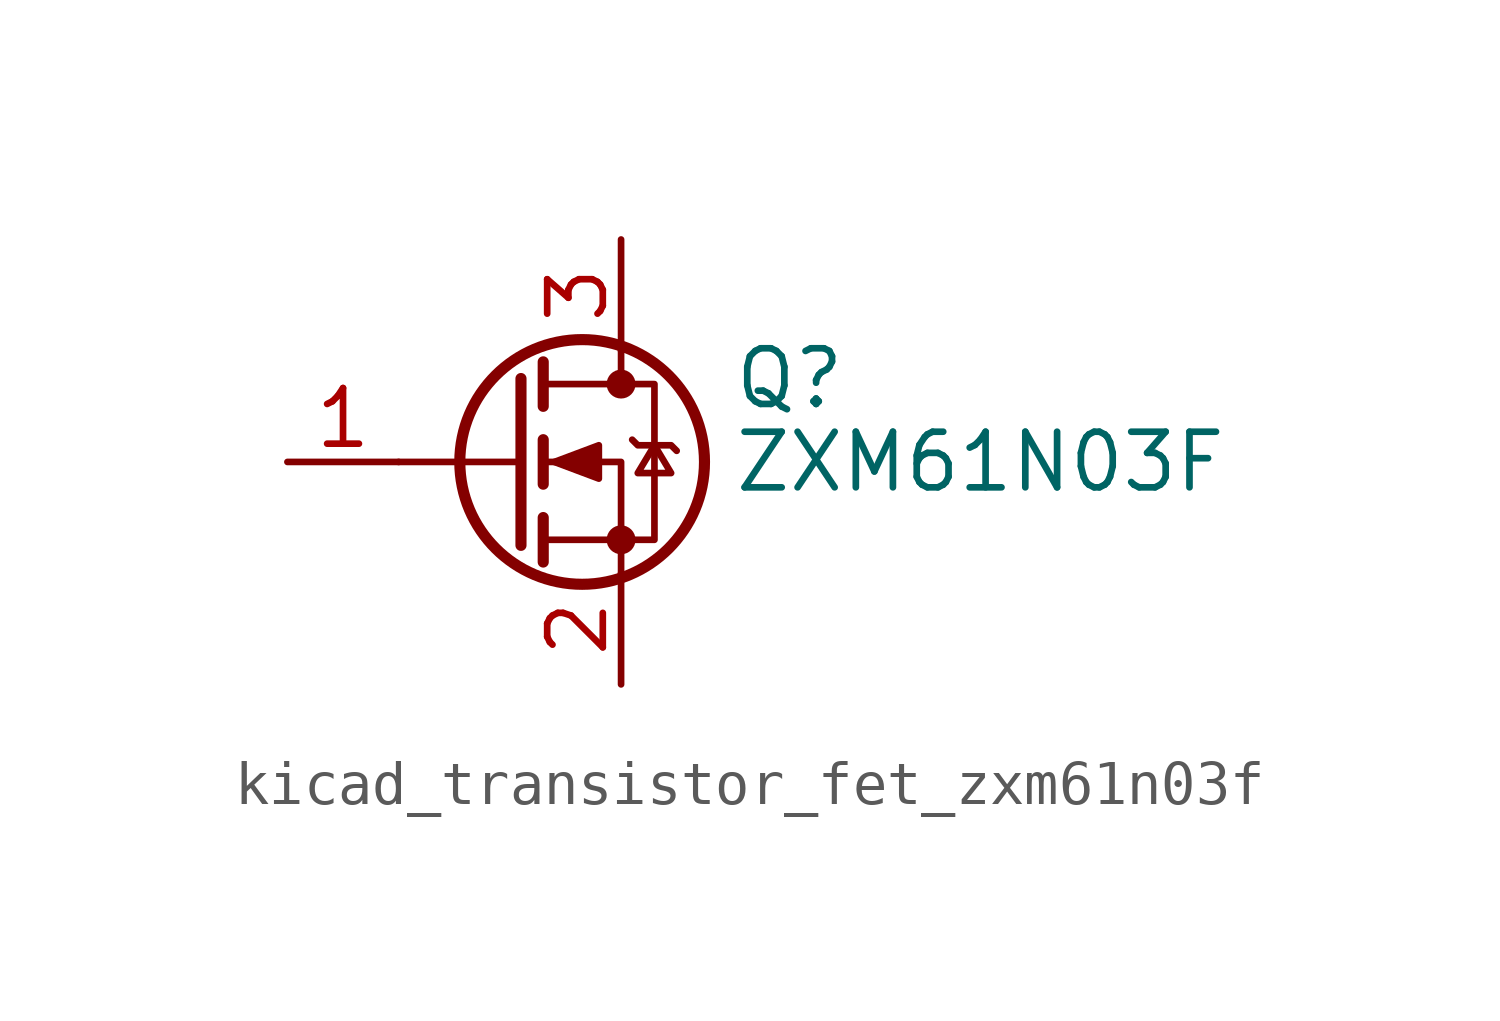
<source format=kicad_sym>
(kicad_symbol_lib
  (version 20220914)
  (generator kicad_symbol_editor)
  (symbol "kicad_transistor_fet_zxm61n03f"
    (pin_names hide)
    (property "Reference" "Q"
      (at 5.08 1.905 0)
      (effects (font (size 1.27 1.27)) (justify left)))
    (property "Value" "ZXM61N03F"
      (at 5.08 0 0)
      (effects (font (size 1.27 1.27)) (justify left)))
    (symbol "kicad_transistor_fet_zxm61n03f_0_1"
      (polyline (pts (xy 0.254 0) (xy -2.54 0)) (stroke (width 0) (type default)) (fill (type none)))
      (polyline (pts (xy 0.254 1.905) (xy 0.254 -1.905)) (stroke (width 0.254) (type default)) (fill (type none)))
      (polyline (pts (xy 0.762 -1.27) (xy 0.762 -2.286)) (stroke (width 0.254) (type default)) (fill (type none)))
      (polyline (pts (xy 0.762 0.508) (xy 0.762 -0.508)) (stroke (width 0.254) (type default)) (fill (type none)))
      (polyline (pts (xy 0.762 2.286) (xy 0.762 1.27)) (stroke (width 0.254) (type default)) (fill (type none)))
      (polyline (pts (xy 2.54 2.54) (xy 2.54 1.778)) (stroke (width 0) (type default)) (fill (type none)))
      (polyline (pts (xy 2.54 -2.54) (xy 2.54 0) (xy 0.762 0)) (stroke (width 0) (type default)) (fill (type none)))
      (polyline (pts (xy 0.762 -1.778) (xy 3.302 -1.778) (xy 3.302 1.778) (xy 0.762 1.778)) (stroke (width 0) (type default)) (fill (type none)))
      (polyline (pts (xy 1.016 0) (xy 2.032 0.381) (xy 2.032 -0.381) (xy 1.016 0)) (stroke (width 0) (type default)) (fill (type outline)))
      (polyline (pts (xy 2.794 0.508) (xy 2.921 0.381) (xy 3.683 0.381) (xy 3.81 0.254)) (stroke (width 0) (type default)) (fill (type none)))
      (polyline (pts (xy 3.302 0.381) (xy 2.921 -0.254) (xy 3.683 -0.254) (xy 3.302 0.381)) (stroke (width 0) (type default)) (fill (type none)))
      (circle (center 1.651 0) (radius 2.794) (stroke (width 0.254) (type default)) (fill (type none)))
      (circle (center 2.54 -1.778) (radius 0.254) (stroke (width 0) (type default)) (fill (type outline)))
      (circle (center 2.54 1.778) (radius 0.254) (stroke (width 0) (type default)) (fill (type outline))))
    (symbol "kicad_transistor_fet_zxm61n03f_1_1"
      (pin input line (at -5.08 0 0) (length 2.54) (name "G" (effects (font (size 1.27 1.27)))) (number "1" (effects (font (size 1.27 1.27)))))
      (pin passive line (at 2.54 -5.08 90) (length 2.54) (name "S" (effects (font (size 1.27 1.27)))) (number "2" (effects (font (size 1.27 1.27)))))
      (pin passive line (at 2.54 5.08 270) (length 2.54) (name "D" (effects (font (size 1.27 1.27)))) (number "3" (effects (font (size 1.27 1.27))))))))
</source>
